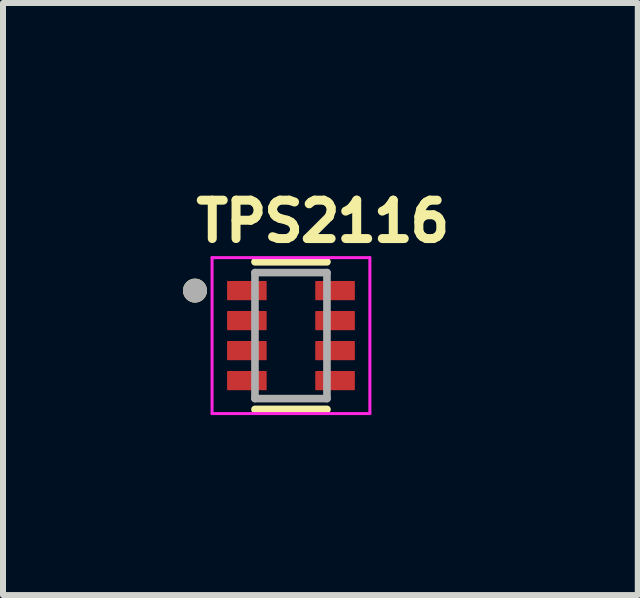
<source format=kicad_pcb>
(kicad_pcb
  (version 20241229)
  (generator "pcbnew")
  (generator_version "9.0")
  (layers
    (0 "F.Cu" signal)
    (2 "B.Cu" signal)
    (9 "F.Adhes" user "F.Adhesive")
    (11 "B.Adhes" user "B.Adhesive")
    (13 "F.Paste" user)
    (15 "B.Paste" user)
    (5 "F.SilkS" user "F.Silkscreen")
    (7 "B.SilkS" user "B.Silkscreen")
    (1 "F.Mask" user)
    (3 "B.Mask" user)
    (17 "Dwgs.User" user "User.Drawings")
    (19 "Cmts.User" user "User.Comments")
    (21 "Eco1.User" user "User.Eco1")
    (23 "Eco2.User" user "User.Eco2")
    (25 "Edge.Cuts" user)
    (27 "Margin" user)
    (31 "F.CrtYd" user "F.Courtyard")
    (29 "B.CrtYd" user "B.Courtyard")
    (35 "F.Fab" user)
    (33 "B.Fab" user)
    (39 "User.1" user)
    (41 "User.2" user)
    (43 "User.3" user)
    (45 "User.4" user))
  (footprint "TPS2116"
    (layer "F.Cu")
    (at 1.8 2.544)
    (property "Reference" "TPS2116" (at 0.532 -1.906 0) (layer "F.SilkS") (effects (font (size 0.64 0.64) (thickness 0.15))))
    (attr smd)
    (fp_line (start -0.6 -1.23) (end 0.6 -1.23) (stroke (width 0.127) (type solid)) (layer "F.SilkS"))
    (fp_line (start -0.6 1.23) (end 0.6 1.23) (stroke (width 0.127) (type solid)) (layer "F.SilkS"))
    (fp_circle (center -1.6 -0.75) (end -1.5 -0.75) (stroke (width 0.2) (type solid)) (fill no) (layer "F.SilkS"))
    (fp_line (start -1.315 -1.3) (end -1.315 1.3) (stroke (width 0.05) (type solid)) (layer "F.CrtYd"))
    (fp_line (start -1.315 1.3) (end 1.315 1.3) (stroke (width 0.05) (type solid)) (layer "F.CrtYd"))
    (fp_line (start 1.315 -1.3) (end -1.315 -1.3) (stroke (width 0.05) (type solid)) (layer "F.CrtYd"))
    (fp_line (start 1.315 1.3) (end 1.315 -1.3) (stroke (width 0.05) (type solid)) (layer "F.CrtYd"))
    (fp_line (start -0.6 -1.05) (end -0.6 1.05) (stroke (width 0.127) (type solid)) (layer "F.Fab"))
    (fp_line (start -0.6 1.05) (end 0.6 1.05) (stroke (width 0.127) (type solid)) (layer "F.Fab"))
    (fp_line (start 0.6 -1.05) (end -0.6 -1.05) (stroke (width 0.127) (type solid)) (layer "F.Fab"))
    (fp_line (start 0.6 1.05) (end 0.6 -1.05) (stroke (width 0.127) (type solid)) (layer "F.Fab"))
    (fp_circle (center -1.6 -0.75) (end -1.5 -0.75) (stroke (width 0.2) (type solid)) (fill no) (layer "F.Fab"))
    (pad "1" smd roundrect (at -0.735 -0.75) (size 0.66 0.32) (layers "F.Cu" "F.Mask" "F.Paste") (roundrect_rratio 0.04))
    (pad "2" smd roundrect (at -0.735 -0.25) (size 0.66 0.32) (layers "F.Cu" "F.Mask" "F.Paste") (roundrect_rratio 0.04))
    (pad "3" smd roundrect (at -0.735 0.25) (size 0.66 0.32) (layers "F.Cu" "F.Mask" "F.Paste") (roundrect_rratio 0.04))
    (pad "4" smd roundrect (at -0.735 0.75) (size 0.66 0.32) (layers "F.Cu" "F.Mask" "F.Paste") (roundrect_rratio 0.04))
    (pad "5" smd roundrect (at 0.735 0.75) (size 0.66 0.32) (layers "F.Cu" "F.Mask" "F.Paste") (roundrect_rratio 0.04))
    (pad "6" smd roundrect (at 0.735 0.25) (size 0.66 0.32) (layers "F.Cu" "F.Mask" "F.Paste") (roundrect_rratio 0.04))
    (pad "7" smd roundrect (at 0.735 -0.25) (size 0.66 0.32) (layers "F.Cu" "F.Mask" "F.Paste") (roundrect_rratio 0.04))
    (pad "8" smd roundrect (at 0.735 -0.75) (size 0.66 0.32) (layers "F.Cu" "F.Mask" "F.Paste") (roundrect_rratio 0.04)))
  (gr_rect
    (start -3 -3)
    (end 7.581 6.869)
    (stroke (width 0.1) (type default))
    (fill no)
    (layer "Edge.Cuts")))
</source>
